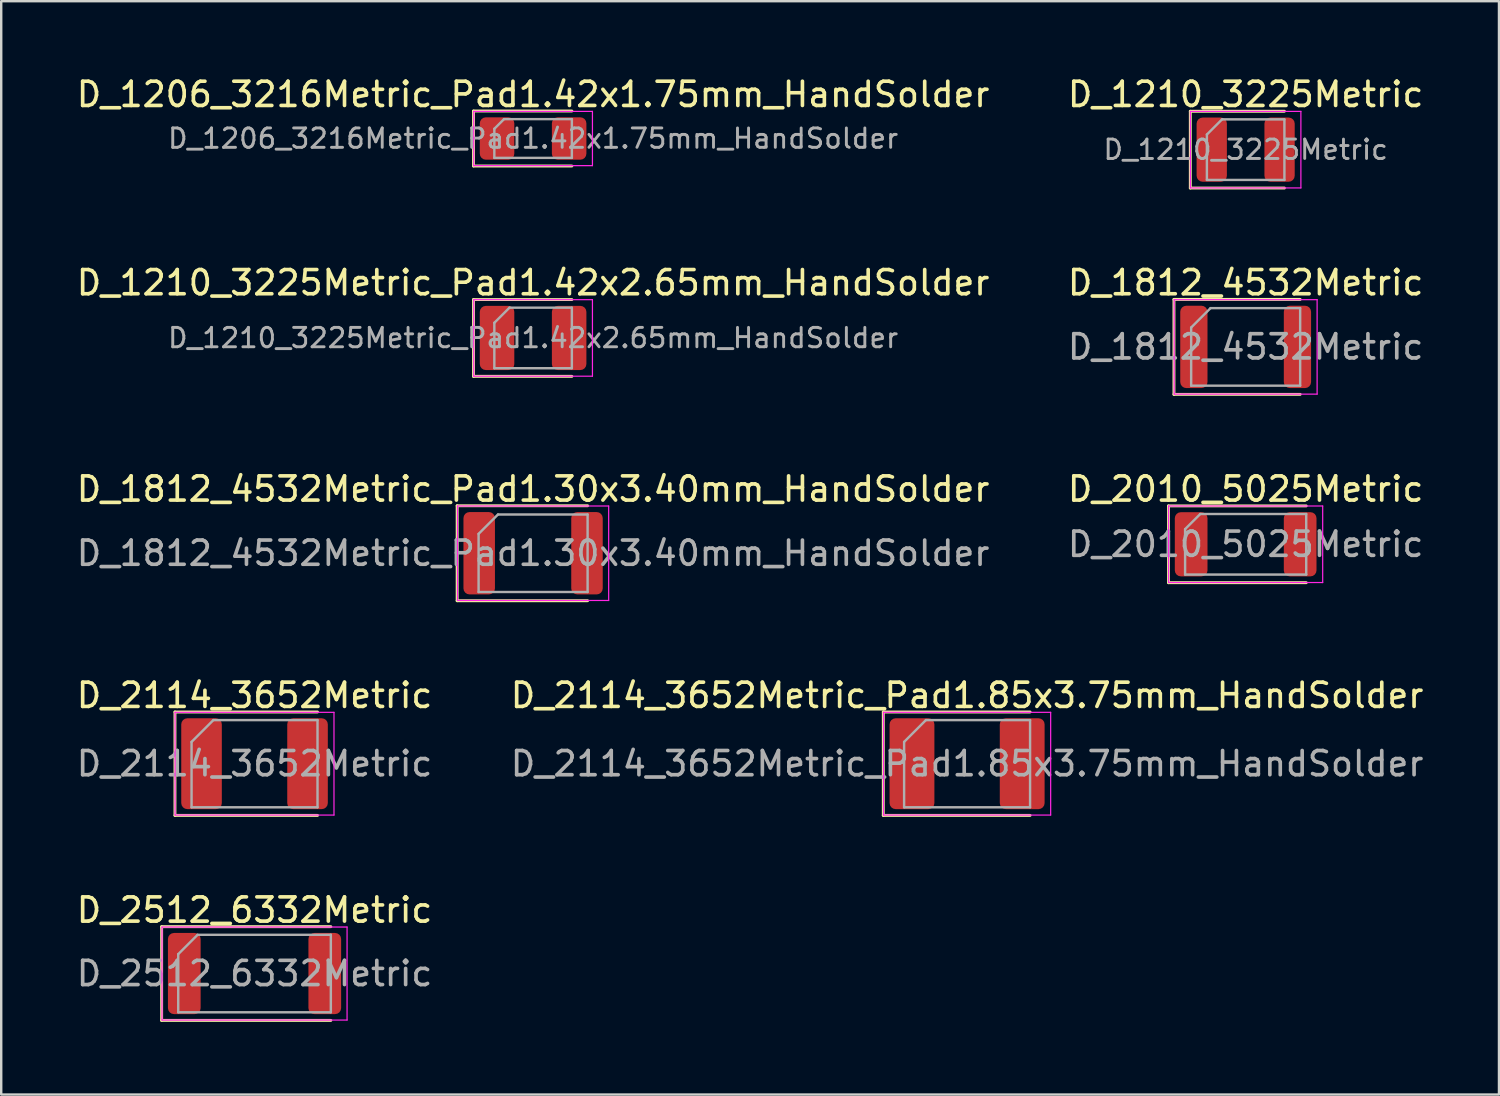
<source format=kicad_pcb>
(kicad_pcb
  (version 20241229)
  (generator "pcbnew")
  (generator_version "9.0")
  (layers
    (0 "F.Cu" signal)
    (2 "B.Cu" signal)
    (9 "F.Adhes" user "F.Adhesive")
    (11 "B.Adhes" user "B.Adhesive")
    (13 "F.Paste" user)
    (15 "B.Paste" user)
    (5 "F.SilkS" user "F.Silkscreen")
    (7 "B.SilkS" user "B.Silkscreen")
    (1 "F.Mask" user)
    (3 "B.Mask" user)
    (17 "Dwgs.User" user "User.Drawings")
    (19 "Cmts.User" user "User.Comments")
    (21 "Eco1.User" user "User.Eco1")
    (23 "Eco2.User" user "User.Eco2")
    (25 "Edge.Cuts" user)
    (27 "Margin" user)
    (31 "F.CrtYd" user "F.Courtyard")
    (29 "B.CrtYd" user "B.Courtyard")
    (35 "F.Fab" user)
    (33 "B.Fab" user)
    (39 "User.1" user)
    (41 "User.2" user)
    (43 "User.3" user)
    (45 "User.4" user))
  (footprint "D_1210_3225Metric_Pad1.42x2.65mm_HandSolder"
    (layer "F.Cu")
    (at 18.958 10.902)
    (property "Reference" "D_1210_3225Metric_Pad1.42x2.65mm_HandSolder" (at 0 -2.28 0) (layer "F.SilkS") (effects (font (size 1 1) (thickness 0.15))))
    (attr smd)
    (fp_line (start -2.46 -1.585) (end -2.46 1.585) (stroke (width 0.12) (type solid)) (layer "F.SilkS"))
    (fp_line (start -2.46 1.585) (end 1.6 1.585) (stroke (width 0.12) (type solid)) (layer "F.SilkS"))
    (fp_line (start 1.6 -1.585) (end -2.46 -1.585) (stroke (width 0.12) (type solid)) (layer "F.SilkS"))
    (fp_line (start -2.45 -1.58) (end 2.45 -1.58) (stroke (width 0.05) (type solid)) (layer "F.CrtYd"))
    (fp_line (start -2.45 1.58) (end -2.45 -1.58) (stroke (width 0.05) (type solid)) (layer "F.CrtYd"))
    (fp_line (start 2.45 -1.58) (end 2.45 1.58) (stroke (width 0.05) (type solid)) (layer "F.CrtYd"))
    (fp_line (start 2.45 1.58) (end -2.45 1.58) (stroke (width 0.05) (type solid)) (layer "F.CrtYd"))
    (fp_line (start -1.6 -0.625) (end -1.6 1.25) (stroke (width 0.1) (type solid)) (layer "F.Fab"))
    (fp_line (start -1.6 1.25) (end 1.6 1.25) (stroke (width 0.1) (type solid)) (layer "F.Fab"))
    (fp_line (start -0.975 -1.25) (end -1.6 -0.625) (stroke (width 0.1) (type solid)) (layer "F.Fab"))
    (fp_line (start 1.6 -1.25) (end -0.975 -1.25) (stroke (width 0.1) (type solid)) (layer "F.Fab"))
    (fp_line (start 1.6 1.25) (end 1.6 -1.25) (stroke (width 0.1) (type solid)) (layer "F.Fab"))
    (fp_text user "${REFERENCE}" (at 0 0 0) (layer "F.Fab") (effects (font (size 0.8 0.8) (thickness 0.12))))
    (pad "1" smd roundrect (at -1.488 0) (size 1.425 2.65) (layers "F.Cu" "F.Mask" "F.Paste") (roundrect_rratio 0.175))
    (pad "2" smd roundrect (at 1.488 0) (size 1.425 2.65) (layers "F.Cu" "F.Mask" "F.Paste") (roundrect_rratio 0.175)))
  (footprint "D_2512_6332Metric"
    (layer "F.Cu")
    (at 7.458 37.141)
    (property "Reference" "D_2512_6332Metric" (at 0 -2.62 0) (layer "F.SilkS") (effects (font (size 1 1) (thickness 0.15))))
    (attr smd)
    (fp_line (start -3.835 -1.935) (end -3.835 1.935) (stroke (width 0.12) (type solid)) (layer "F.SilkS"))
    (fp_line (start -3.835 1.935) (end 3.15 1.935) (stroke (width 0.12) (type solid)) (layer "F.SilkS"))
    (fp_line (start 3.15 -1.935) (end -3.835 -1.935) (stroke (width 0.12) (type solid)) (layer "F.SilkS"))
    (fp_line (start -3.82 -1.92) (end 3.82 -1.92) (stroke (width 0.05) (type solid)) (layer "F.CrtYd"))
    (fp_line (start -3.82 1.92) (end -3.82 -1.92) (stroke (width 0.05) (type solid)) (layer "F.CrtYd"))
    (fp_line (start 3.82 -1.92) (end 3.82 1.92) (stroke (width 0.05) (type solid)) (layer "F.CrtYd"))
    (fp_line (start 3.82 1.92) (end -3.82 1.92) (stroke (width 0.05) (type solid)) (layer "F.CrtYd"))
    (fp_line (start -3.15 -0.8) (end -3.15 1.6) (stroke (width 0.1) (type solid)) (layer "F.Fab"))
    (fp_line (start -3.15 1.6) (end 3.15 1.6) (stroke (width 0.1) (type solid)) (layer "F.Fab"))
    (fp_line (start -2.35 -1.6) (end -3.15 -0.8) (stroke (width 0.1) (type solid)) (layer "F.Fab"))
    (fp_line (start 3.15 -1.6) (end -2.35 -1.6) (stroke (width 0.1) (type solid)) (layer "F.Fab"))
    (fp_line (start 3.15 1.6) (end 3.15 -1.6) (stroke (width 0.1) (type solid)) (layer "F.Fab"))
    (fp_text user "${REFERENCE}" (at 0 0 0) (layer "F.Fab") (effects (font (size 1 1) (thickness 0.15))))
    (pad "1" smd roundrect (at -2.9 0) (size 1.35 3.35) (layers "F.Cu" "F.Mask" "F.Paste") (roundrect_rratio 0.185))
    (pad "2" smd roundrect (at 2.9 0) (size 1.35 3.35) (layers "F.Cu" "F.Mask" "F.Paste") (roundrect_rratio 0.185)))
  (footprint "D_1812_4532Metric"
    (layer "F.Cu")
    (at 48.375 11.271)
    (property "Reference" "D_1812_4532Metric" (at 0 -2.65 0) (layer "F.SilkS") (effects (font (size 1 1) (thickness 0.15))))
    (attr smd)
    (fp_line (start -2.96 -1.96) (end -2.96 1.96) (stroke (width 0.12) (type solid)) (layer "F.SilkS"))
    (fp_line (start -2.96 1.96) (end 2.25 1.96) (stroke (width 0.12) (type solid)) (layer "F.SilkS"))
    (fp_line (start 2.25 -1.96) (end -2.96 -1.96) (stroke (width 0.12) (type solid)) (layer "F.SilkS"))
    (fp_line (start -2.95 -1.95) (end 2.95 -1.95) (stroke (width 0.05) (type solid)) (layer "F.CrtYd"))
    (fp_line (start -2.95 1.95) (end -2.95 -1.95) (stroke (width 0.05) (type solid)) (layer "F.CrtYd"))
    (fp_line (start 2.95 -1.95) (end 2.95 1.95) (stroke (width 0.05) (type solid)) (layer "F.CrtYd"))
    (fp_line (start 2.95 1.95) (end -2.95 1.95) (stroke (width 0.05) (type solid)) (layer "F.CrtYd"))
    (fp_line (start -2.25 -0.8) (end -2.25 1.6) (stroke (width 0.1) (type solid)) (layer "F.Fab"))
    (fp_line (start -2.25 1.6) (end 2.25 1.6) (stroke (width 0.1) (type solid)) (layer "F.Fab"))
    (fp_line (start -1.45 -1.6) (end -2.25 -0.8) (stroke (width 0.1) (type solid)) (layer "F.Fab"))
    (fp_line (start 2.25 -1.6) (end -1.45 -1.6) (stroke (width 0.1) (type solid)) (layer "F.Fab"))
    (fp_line (start 2.25 1.6) (end 2.25 -1.6) (stroke (width 0.1) (type solid)) (layer "F.Fab"))
    (fp_text user "${REFERENCE}" (at 0 0 0) (layer "F.Fab") (effects (font (size 1 1) (thickness 0.15))))
    (pad "1" smd roundrect (at -2.138 0) (size 1.125 3.4) (layers "F.Cu" "F.Mask" "F.Paste") (roundrect_rratio 0.222))
    (pad "2" smd roundrect (at 2.138 0) (size 1.125 3.4) (layers "F.Cu" "F.Mask" "F.Paste") (roundrect_rratio 0.222)))
  (footprint "D_2010_5025Metric"
    (layer "F.Cu")
    (at 48.375 19.42)
    (property "Reference" "D_2010_5025Metric" (at 0 -2.28 0) (layer "F.SilkS") (effects (font (size 1 1) (thickness 0.15))))
    (attr smd)
    (fp_line (start -3.185 -1.585) (end -3.185 1.585) (stroke (width 0.12) (type solid)) (layer "F.SilkS"))
    (fp_line (start -3.185 1.585) (end 2.5 1.585) (stroke (width 0.12) (type solid)) (layer "F.SilkS"))
    (fp_line (start 2.5 -1.585) (end -3.185 -1.585) (stroke (width 0.12) (type solid)) (layer "F.SilkS"))
    (fp_line (start -3.18 -1.58) (end 3.18 -1.58) (stroke (width 0.05) (type solid)) (layer "F.CrtYd"))
    (fp_line (start -3.18 1.58) (end -3.18 -1.58) (stroke (width 0.05) (type solid)) (layer "F.CrtYd"))
    (fp_line (start 3.18 -1.58) (end 3.18 1.58) (stroke (width 0.05) (type solid)) (layer "F.CrtYd"))
    (fp_line (start 3.18 1.58) (end -3.18 1.58) (stroke (width 0.05) (type solid)) (layer "F.CrtYd"))
    (fp_line (start -2.5 -0.625) (end -2.5 1.25) (stroke (width 0.1) (type solid)) (layer "F.Fab"))
    (fp_line (start -2.5 1.25) (end 2.5 1.25) (stroke (width 0.1) (type solid)) (layer "F.Fab"))
    (fp_line (start -1.875 -1.25) (end -2.5 -0.625) (stroke (width 0.1) (type solid)) (layer "F.Fab"))
    (fp_line (start 2.5 -1.25) (end -1.875 -1.25) (stroke (width 0.1) (type solid)) (layer "F.Fab"))
    (fp_line (start 2.5 1.25) (end 2.5 -1.25) (stroke (width 0.1) (type solid)) (layer "F.Fab"))
    (fp_text user "${REFERENCE}" (at 0 0 0) (layer "F.Fab") (effects (font (size 1 1) (thickness 0.15))))
    (pad "1" smd roundrect (at -2.25 0) (size 1.35 2.65) (layers "F.Cu" "F.Mask" "F.Paste") (roundrect_rratio 0.185))
    (pad "2" smd roundrect (at 2.25 0) (size 1.35 2.65) (layers "F.Cu" "F.Mask" "F.Paste") (roundrect_rratio 0.185)))
  (footprint "D_2114_3652Metric"
    (layer "F.Cu")
    (at 7.458 28.478)
    (property "Reference" "D_2114_3652Metric" (at 0 -2.82 0) (layer "F.SilkS") (effects (font (size 1 1) (thickness 0.15))))
    (attr smd)
    (fp_line (start -3.285 -2.135) (end -3.285 2.135) (stroke (width 0.12) (type solid)) (layer "F.SilkS"))
    (fp_line (start -3.285 2.135) (end 2.6 2.135) (stroke (width 0.12) (type solid)) (layer "F.SilkS"))
    (fp_line (start 2.6 -2.135) (end -3.285 -2.135) (stroke (width 0.12) (type solid)) (layer "F.SilkS"))
    (fp_line (start -3.28 -2.12) (end 3.28 -2.12) (stroke (width 0.05) (type solid)) (layer "F.CrtYd"))
    (fp_line (start -3.28 2.12) (end -3.28 -2.12) (stroke (width 0.05) (type solid)) (layer "F.CrtYd"))
    (fp_line (start 3.28 -2.12) (end 3.28 2.12) (stroke (width 0.05) (type solid)) (layer "F.CrtYd"))
    (fp_line (start 3.28 2.12) (end -3.28 2.12) (stroke (width 0.05) (type solid)) (layer "F.CrtYd"))
    (fp_line (start -2.6 -0.9) (end -2.6 1.8) (stroke (width 0.1) (type solid)) (layer "F.Fab"))
    (fp_line (start -2.6 1.8) (end 2.6 1.8) (stroke (width 0.1) (type solid)) (layer "F.Fab"))
    (fp_line (start -1.7 -1.8) (end -2.6 -0.9) (stroke (width 0.1) (type solid)) (layer "F.Fab"))
    (fp_line (start 2.6 -1.8) (end -1.7 -1.8) (stroke (width 0.1) (type solid)) (layer "F.Fab"))
    (fp_line (start 2.6 1.8) (end 2.6 -1.8) (stroke (width 0.1) (type solid)) (layer "F.Fab"))
    (fp_text user "${REFERENCE}" (at 0 0 0) (layer "F.Fab") (effects (font (size 1 1) (thickness 0.15))))
    (pad "1" smd roundrect (at -2.188 0) (size 1.675 3.75) (layers "F.Cu" "F.Mask" "F.Paste") (roundrect_rratio 0.149))
    (pad "2" smd roundrect (at 2.188 0) (size 1.675 3.75) (layers "F.Cu" "F.Mask" "F.Paste") (roundrect_rratio 0.149)))
  (footprint "D_1210_3225Metric"
    (layer "F.Cu")
    (at 48.375 3.128)
    (property "Reference" "D_1210_3225Metric" (at 0 -2.28 0) (layer "F.SilkS") (effects (font (size 1 1) (thickness 0.15))))
    (attr smd)
    (fp_line (start -2.285 -1.585) (end -2.285 1.585) (stroke (width 0.12) (type solid)) (layer "F.SilkS"))
    (fp_line (start -2.285 1.585) (end 1.6 1.585) (stroke (width 0.12) (type solid)) (layer "F.SilkS"))
    (fp_line (start 1.6 -1.585) (end -2.285 -1.585) (stroke (width 0.12) (type solid)) (layer "F.SilkS"))
    (fp_line (start -2.28 -1.58) (end 2.28 -1.58) (stroke (width 0.05) (type solid)) (layer "F.CrtYd"))
    (fp_line (start -2.28 1.58) (end -2.28 -1.58) (stroke (width 0.05) (type solid)) (layer "F.CrtYd"))
    (fp_line (start 2.28 -1.58) (end 2.28 1.58) (stroke (width 0.05) (type solid)) (layer "F.CrtYd"))
    (fp_line (start 2.28 1.58) (end -2.28 1.58) (stroke (width 0.05) (type solid)) (layer "F.CrtYd"))
    (fp_line (start -1.6 -0.625) (end -1.6 1.25) (stroke (width 0.1) (type solid)) (layer "F.Fab"))
    (fp_line (start -1.6 1.25) (end 1.6 1.25) (stroke (width 0.1) (type solid)) (layer "F.Fab"))
    (fp_line (start -0.975 -1.25) (end -1.6 -0.625) (stroke (width 0.1) (type solid)) (layer "F.Fab"))
    (fp_line (start 1.6 -1.25) (end -0.975 -1.25) (stroke (width 0.1) (type solid)) (layer "F.Fab"))
    (fp_line (start 1.6 1.25) (end 1.6 -1.25) (stroke (width 0.1) (type solid)) (layer "F.Fab"))
    (fp_text user "${REFERENCE}" (at 0 0 0) (layer "F.Fab") (effects (font (size 0.8 0.8) (thickness 0.12))))
    (pad "1" smd roundrect (at -1.4 0) (size 1.25 2.65) (layers "F.Cu" "F.Mask" "F.Paste") (roundrect_rratio 0.2))
    (pad "2" smd roundrect (at 1.4 0) (size 1.25 2.65) (layers "F.Cu" "F.Mask" "F.Paste") (roundrect_rratio 0.2)))
  (footprint "D_1812_4532Metric_Pad1.30x3.40mm_HandSolder"
    (layer "F.Cu")
    (at 18.958 19.79)
    (property "Reference" "D_1812_4532Metric_Pad1.30x3.40mm_HandSolder" (at 0 -2.65 0) (layer "F.SilkS") (effects (font (size 1 1) (thickness 0.15))))
    (attr smd)
    (fp_line (start -3.135 -1.96) (end -3.135 1.96) (stroke (width 0.12) (type solid)) (layer "F.SilkS"))
    (fp_line (start -3.135 1.96) (end 2.25 1.96) (stroke (width 0.12) (type solid)) (layer "F.SilkS"))
    (fp_line (start 2.25 -1.96) (end -3.135 -1.96) (stroke (width 0.12) (type solid)) (layer "F.SilkS"))
    (fp_line (start -3.12 -1.95) (end 3.12 -1.95) (stroke (width 0.05) (type solid)) (layer "F.CrtYd"))
    (fp_line (start -3.12 1.95) (end -3.12 -1.95) (stroke (width 0.05) (type solid)) (layer "F.CrtYd"))
    (fp_line (start 3.12 -1.95) (end 3.12 1.95) (stroke (width 0.05) (type solid)) (layer "F.CrtYd"))
    (fp_line (start 3.12 1.95) (end -3.12 1.95) (stroke (width 0.05) (type solid)) (layer "F.CrtYd"))
    (fp_line (start -2.25 -0.8) (end -2.25 1.6) (stroke (width 0.1) (type solid)) (layer "F.Fab"))
    (fp_line (start -2.25 1.6) (end 2.25 1.6) (stroke (width 0.1) (type solid)) (layer "F.Fab"))
    (fp_line (start -1.45 -1.6) (end -2.25 -0.8) (stroke (width 0.1) (type solid)) (layer "F.Fab"))
    (fp_line (start 2.25 -1.6) (end -1.45 -1.6) (stroke (width 0.1) (type solid)) (layer "F.Fab"))
    (fp_line (start 2.25 1.6) (end 2.25 -1.6) (stroke (width 0.1) (type solid)) (layer "F.Fab"))
    (fp_text user "${REFERENCE}" (at 0 0 0) (layer "F.Fab") (effects (font (size 1 1) (thickness 0.15))))
    (pad "1" smd roundrect (at -2.225 0) (size 1.3 3.4) (layers "F.Cu" "F.Mask" "F.Paste") (roundrect_rratio 0.192))
    (pad "2" smd roundrect (at 2.225 0) (size 1.3 3.4) (layers "F.Cu" "F.Mask" "F.Paste") (roundrect_rratio 0.192)))
  (footprint "D_1206_3216Metric_Pad1.42x1.75mm_HandSolder"
    (layer "F.Cu")
    (at 18.958 2.668)
    (property "Reference" "D_1206_3216Metric_Pad1.42x1.75mm_HandSolder" (at 0 -1.82 0) (layer "F.SilkS") (effects (font (size 1 1) (thickness 0.15))))
    (attr smd)
    (fp_line (start -2.46 -1.135) (end -2.46 1.135) (stroke (width 0.12) (type solid)) (layer "F.SilkS"))
    (fp_line (start -2.46 1.135) (end 1.6 1.135) (stroke (width 0.12) (type solid)) (layer "F.SilkS"))
    (fp_line (start 1.6 -1.135) (end -2.46 -1.135) (stroke (width 0.12) (type solid)) (layer "F.SilkS"))
    (fp_line (start -2.45 -1.12) (end 2.45 -1.12) (stroke (width 0.05) (type solid)) (layer "F.CrtYd"))
    (fp_line (start -2.45 1.12) (end -2.45 -1.12) (stroke (width 0.05) (type solid)) (layer "F.CrtYd"))
    (fp_line (start 2.45 -1.12) (end 2.45 1.12) (stroke (width 0.05) (type solid)) (layer "F.CrtYd"))
    (fp_line (start 2.45 1.12) (end -2.45 1.12) (stroke (width 0.05) (type solid)) (layer "F.CrtYd"))
    (fp_line (start -1.6 -0.4) (end -1.6 0.8) (stroke (width 0.1) (type solid)) (layer "F.Fab"))
    (fp_line (start -1.6 0.8) (end 1.6 0.8) (stroke (width 0.1) (type solid)) (layer "F.Fab"))
    (fp_line (start -1.2 -0.8) (end -1.6 -0.4) (stroke (width 0.1) (type solid)) (layer "F.Fab"))
    (fp_line (start 1.6 -0.8) (end -1.2 -0.8) (stroke (width 0.1) (type solid)) (layer "F.Fab"))
    (fp_line (start 1.6 0.8) (end 1.6 -0.8) (stroke (width 0.1) (type solid)) (layer "F.Fab"))
    (fp_text user "${REFERENCE}" (at 0 0 0) (layer "F.Fab") (effects (font (size 0.8 0.8) (thickness 0.12))))
    (pad "1" smd roundrect (at -1.488 0) (size 1.425 1.75) (layers "F.Cu" "F.Mask" "F.Paste") (roundrect_rratio 0.175))
    (pad "2" smd roundrect (at 1.488 0) (size 1.425 1.75) (layers "F.Cu" "F.Mask" "F.Paste") (roundrect_rratio 0.175)))
  (footprint "D_2114_3652Metric_Pad1.85x3.75mm_HandSolder"
    (layer "F.Cu")
    (at 36.875 28.478)
    (property "Reference" "D_2114_3652Metric_Pad1.85x3.75mm_HandSolder" (at 0 -2.82 0) (layer "F.SilkS") (effects (font (size 1 1) (thickness 0.15))))
    (attr smd)
    (fp_line (start -3.46 -2.135) (end -3.46 2.135) (stroke (width 0.12) (type solid)) (layer "F.SilkS"))
    (fp_line (start -3.46 2.135) (end 2.6 2.135) (stroke (width 0.12) (type solid)) (layer "F.SilkS"))
    (fp_line (start 2.6 -2.135) (end -3.46 -2.135) (stroke (width 0.12) (type solid)) (layer "F.SilkS"))
    (fp_line (start -3.45 -2.12) (end 3.45 -2.12) (stroke (width 0.05) (type solid)) (layer "F.CrtYd"))
    (fp_line (start -3.45 2.12) (end -3.45 -2.12) (stroke (width 0.05) (type solid)) (layer "F.CrtYd"))
    (fp_line (start 3.45 -2.12) (end 3.45 2.12) (stroke (width 0.05) (type solid)) (layer "F.CrtYd"))
    (fp_line (start 3.45 2.12) (end -3.45 2.12) (stroke (width 0.05) (type solid)) (layer "F.CrtYd"))
    (fp_line (start -2.6 -0.9) (end -2.6 1.8) (stroke (width 0.1) (type solid)) (layer "F.Fab"))
    (fp_line (start -2.6 1.8) (end 2.6 1.8) (stroke (width 0.1) (type solid)) (layer "F.Fab"))
    (fp_line (start -1.7 -1.8) (end -2.6 -0.9) (stroke (width 0.1) (type solid)) (layer "F.Fab"))
    (fp_line (start 2.6 -1.8) (end -1.7 -1.8) (stroke (width 0.1) (type solid)) (layer "F.Fab"))
    (fp_line (start 2.6 1.8) (end 2.6 -1.8) (stroke (width 0.1) (type solid)) (layer "F.Fab"))
    (fp_text user "${REFERENCE}" (at 0 0 0) (layer "F.Fab") (effects (font (size 1 1) (thickness 0.15))))
    (pad "1" smd roundrect (at -2.275 0) (size 1.85 3.75) (layers "F.Cu" "F.Mask" "F.Paste") (roundrect_rratio 0.135))
    (pad "2" smd roundrect (at 2.275 0) (size 1.85 3.75) (layers "F.Cu" "F.Mask" "F.Paste") (roundrect_rratio 0.135)))
  (gr_rect
    (start -3 -3)
    (end 58.833 42.136)
    (stroke (width 0.1) (type default))
    (fill no)
    (layer "Edge.Cuts")))
</source>
